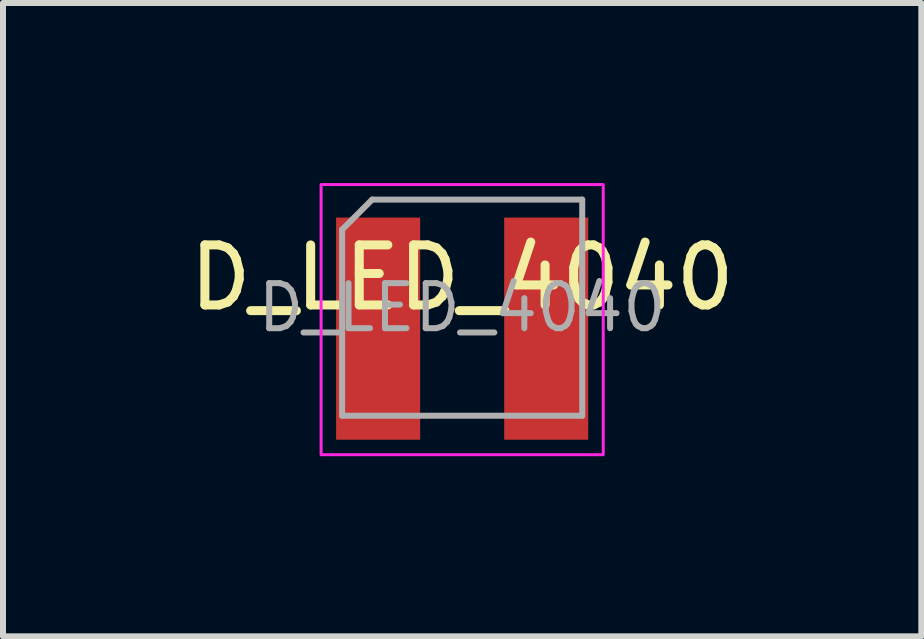
<source format=kicad_pcb>
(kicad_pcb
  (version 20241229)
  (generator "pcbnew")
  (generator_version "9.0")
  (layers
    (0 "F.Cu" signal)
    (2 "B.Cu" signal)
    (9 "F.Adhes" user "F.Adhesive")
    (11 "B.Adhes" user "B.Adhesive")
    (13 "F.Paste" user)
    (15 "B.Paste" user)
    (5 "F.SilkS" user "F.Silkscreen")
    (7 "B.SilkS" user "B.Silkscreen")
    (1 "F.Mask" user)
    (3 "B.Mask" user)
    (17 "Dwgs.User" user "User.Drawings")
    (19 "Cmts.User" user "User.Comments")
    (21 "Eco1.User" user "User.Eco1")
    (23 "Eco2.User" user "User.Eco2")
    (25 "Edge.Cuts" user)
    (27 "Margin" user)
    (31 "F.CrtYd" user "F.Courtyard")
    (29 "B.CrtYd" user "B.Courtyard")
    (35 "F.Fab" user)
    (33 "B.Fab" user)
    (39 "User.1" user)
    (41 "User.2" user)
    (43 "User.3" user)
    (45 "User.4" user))
  (footprint "D_LED_4040"
    (layer "F.Cu")
    (at 4.649 2.075)
    (property "Reference" "D_LED_4040" (at 0 -0.5 0) (unlocked yes) (layer "F.SilkS") (effects (font (size 1 1) (thickness 0.15))))
    (attr smd)
    (fp_rect (start -2.35 2.45) (end 2.35 -2.05) (stroke (width 0.05) (type default)) (fill no) (layer "F.CrtYd"))
    (fp_line (start -2 -1.3) (end -1.5 -1.8) (stroke (width 0.1) (type default)) (layer "F.Fab"))
    (fp_line (start -2 1.8) (end -2 -1.3) (stroke (width 0.1) (type default)) (layer "F.Fab"))
    (fp_line (start -1.5 -1.8) (end 2 -1.8) (stroke (width 0.1) (type default)) (layer "F.Fab"))
    (fp_line (start 2 -1.8) (end 2 1.8) (stroke (width 0.1) (type default)) (layer "F.Fab"))
    (fp_line (start 2 1.8) (end -2 1.8) (stroke (width 0.1) (type default)) (layer "F.Fab"))
    (fp_text user "${REFERENCE}" (at 0 0 0) (layer "F.Fab") (effects (font (size 0.75 0.75) (thickness 0.1))))
    (pad "1" smd rect (at -1.4 0.35) (size 1.4 3.7) (layers "F.Cu" "F.Mask" "F.Paste"))
    (pad "2" smd rect (at 1.4 0.35) (size 1.4 3.7) (layers "F.Cu" "F.Mask" "F.Paste")))
  (gr_rect
    (start -3 -3)
    (end 12.298 7.55)
    (stroke (width 0.1) (type default))
    (fill no)
    (layer "Edge.Cuts")))
</source>
